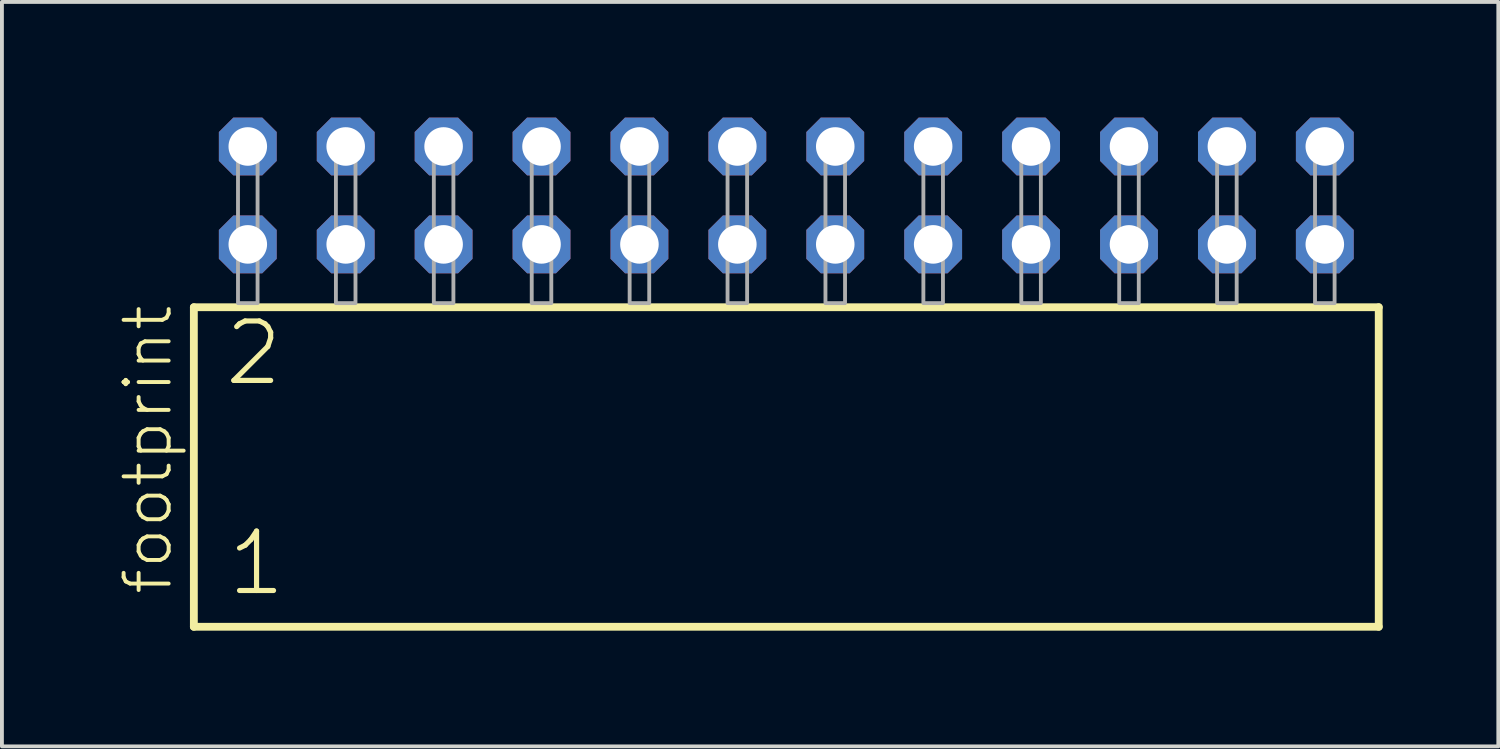
<source format=kicad_pcb>
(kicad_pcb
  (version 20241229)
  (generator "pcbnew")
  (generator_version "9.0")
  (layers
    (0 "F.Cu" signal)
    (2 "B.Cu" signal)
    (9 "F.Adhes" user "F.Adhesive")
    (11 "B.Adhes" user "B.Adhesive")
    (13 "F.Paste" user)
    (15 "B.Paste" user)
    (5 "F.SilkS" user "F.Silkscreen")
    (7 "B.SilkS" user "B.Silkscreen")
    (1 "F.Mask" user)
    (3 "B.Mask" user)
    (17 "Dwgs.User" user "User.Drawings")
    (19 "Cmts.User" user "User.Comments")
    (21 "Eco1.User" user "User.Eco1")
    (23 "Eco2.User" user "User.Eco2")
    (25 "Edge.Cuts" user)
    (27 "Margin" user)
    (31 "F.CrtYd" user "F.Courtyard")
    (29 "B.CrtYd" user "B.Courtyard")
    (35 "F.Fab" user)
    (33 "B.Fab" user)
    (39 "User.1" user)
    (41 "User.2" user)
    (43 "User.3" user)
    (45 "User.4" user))
  (footprint "footprint"
    (layer "F.Cu")
    (at 17.348 4.814)
    (property "Reference" "footprint" (at -15.875 7.62 90) (layer "F.SilkS") (effects (font (size 1.168 1.168) (thickness 0.102)) (justify left bottom)))
    (fp_line (start -15.369 0.106) (end -15.369 8.396) (stroke (width 0.203) (type solid)) (layer "F.SilkS"))
    (fp_line (start -15.369 8.396) (end 15.369 8.396) (stroke (width 0.203) (type solid)) (layer "F.SilkS"))
    (fp_line (start 15.369 0.106) (end -15.369 0.106) (stroke (width 0.203) (type solid)) (layer "F.SilkS"))
    (fp_line (start 15.369 8.396) (end 15.369 0.106) (stroke (width 0.203) (type solid)) (layer "F.SilkS"))
    (fp_poly (pts (xy -14.224 0) (xy -13.716 0) (xy -13.716 -4.318) (xy -14.224 -4.318)) (stroke (width 0.1) (type solid)) (fill no) (layer "F.Fab"))
    (fp_poly (pts (xy -11.684 0) (xy -11.176 0) (xy -11.176 -4.318) (xy -11.684 -4.318)) (stroke (width 0.1) (type solid)) (fill no) (layer "F.Fab"))
    (fp_poly (pts (xy -9.144 0) (xy -8.636 0) (xy -8.636 -4.318) (xy -9.144 -4.318)) (stroke (width 0.1) (type solid)) (fill no) (layer "F.Fab"))
    (fp_poly (pts (xy -6.604 0) (xy -6.096 0) (xy -6.096 -4.318) (xy -6.604 -4.318)) (stroke (width 0.1) (type solid)) (fill no) (layer "F.Fab"))
    (fp_poly (pts (xy -4.064 0) (xy -3.556 0) (xy -3.556 -4.318) (xy -4.064 -4.318)) (stroke (width 0.1) (type solid)) (fill no) (layer "F.Fab"))
    (fp_poly (pts (xy -1.524 0) (xy -1.016 0) (xy -1.016 -4.318) (xy -1.524 -4.318)) (stroke (width 0.1) (type solid)) (fill no) (layer "F.Fab"))
    (fp_poly (pts (xy 1.016 0) (xy 1.524 0) (xy 1.524 -4.318) (xy 1.016 -4.318)) (stroke (width 0.1) (type solid)) (fill no) (layer "F.Fab"))
    (fp_poly (pts (xy 3.556 0) (xy 4.064 0) (xy 4.064 -4.318) (xy 3.556 -4.318)) (stroke (width 0.1) (type solid)) (fill no) (layer "F.Fab"))
    (fp_poly (pts (xy 6.096 0) (xy 6.604 0) (xy 6.604 -4.318) (xy 6.096 -4.318)) (stroke (width 0.1) (type solid)) (fill no) (layer "F.Fab"))
    (fp_poly (pts (xy 8.636 0) (xy 9.144 0) (xy 9.144 -4.318) (xy 8.636 -4.318)) (stroke (width 0.1) (type solid)) (fill no) (layer "F.Fab"))
    (fp_poly (pts (xy 11.176 0) (xy 11.684 0) (xy 11.684 -4.318) (xy 11.176 -4.318)) (stroke (width 0.1) (type solid)) (fill no) (layer "F.Fab"))
    (fp_poly (pts (xy 13.716 0) (xy 14.224 0) (xy 14.224 -4.318) (xy 13.716 -4.318)) (stroke (width 0.1) (type solid)) (fill no) (layer "F.Fab"))
    (fp_text user "2" (at -14.64 2.2 0) (layer "F.SilkS") (effects (font (size 1.542 1.542) (thickness 0.134)) (justify left bottom)))
    (fp_text user "1" (at -14.565 7.65 0) (layer "F.SilkS") (effects (font (size 1.542 1.542) (thickness 0.134)) (justify left bottom)))
    (pad "1" thru_hole roundrect (at -13.97 -1.524) (size 1.5 1.5) (drill 1) (layers "*.Cu" "*.Mask") (roundrect_rratio 0.25) (chamfer_ratio 0.25) (chamfer top_left top_right bottom_left bottom_right))
    (pad "2" thru_hole roundrect (at -13.97 -4.064) (size 1.5 1.5) (drill 1) (layers "*.Cu" "*.Mask") (roundrect_rratio 0.25) (chamfer_ratio 0.25) (chamfer top_left top_right bottom_left bottom_right))
    (pad "3" thru_hole roundrect (at -11.43 -1.524) (size 1.5 1.5) (drill 1) (layers "*.Cu" "*.Mask") (roundrect_rratio 0.25) (chamfer_ratio 0.25) (chamfer top_left top_right bottom_left bottom_right))
    (pad "4" thru_hole roundrect (at -11.43 -4.064) (size 1.5 1.5) (drill 1) (layers "*.Cu" "*.Mask") (roundrect_rratio 0.25) (chamfer_ratio 0.25) (chamfer top_left top_right bottom_left bottom_right))
    (pad "5" thru_hole roundrect (at -8.89 -1.524) (size 1.5 1.5) (drill 1) (layers "*.Cu" "*.Mask") (roundrect_rratio 0.25) (chamfer_ratio 0.25) (chamfer top_left top_right bottom_left bottom_right))
    (pad "6" thru_hole roundrect (at -8.89 -4.064) (size 1.5 1.5) (drill 1) (layers "*.Cu" "*.Mask") (roundrect_rratio 0.25) (chamfer_ratio 0.25) (chamfer top_left top_right bottom_left bottom_right))
    (pad "7" thru_hole roundrect (at -6.35 -1.524) (size 1.5 1.5) (drill 1) (layers "*.Cu" "*.Mask") (roundrect_rratio 0.25) (chamfer_ratio 0.25) (chamfer top_left top_right bottom_left bottom_right))
    (pad "8" thru_hole roundrect (at -6.35 -4.064) (size 1.5 1.5) (drill 1) (layers "*.Cu" "*.Mask") (roundrect_rratio 0.25) (chamfer_ratio 0.25) (chamfer top_left top_right bottom_left bottom_right))
    (pad "9" thru_hole roundrect (at -3.81 -1.524) (size 1.5 1.5) (drill 1) (layers "*.Cu" "*.Mask") (roundrect_rratio 0.25) (chamfer_ratio 0.25) (chamfer top_left top_right bottom_left bottom_right))
    (pad "10" thru_hole roundrect (at -3.81 -4.064) (size 1.5 1.5) (drill 1) (layers "*.Cu" "*.Mask") (roundrect_rratio 0.25) (chamfer_ratio 0.25) (chamfer top_left top_right bottom_left bottom_right))
    (pad "11" thru_hole roundrect (at -1.27 -1.524) (size 1.5 1.5) (drill 1) (layers "*.Cu" "*.Mask") (roundrect_rratio 0.25) (chamfer_ratio 0.25) (chamfer top_left top_right bottom_left bottom_right))
    (pad "12" thru_hole roundrect (at -1.27 -4.064) (size 1.5 1.5) (drill 1) (layers "*.Cu" "*.Mask") (roundrect_rratio 0.25) (chamfer_ratio 0.25) (chamfer top_left top_right bottom_left bottom_right))
    (pad "13" thru_hole roundrect (at 1.27 -1.524) (size 1.5 1.5) (drill 1) (layers "*.Cu" "*.Mask") (roundrect_rratio 0.25) (chamfer_ratio 0.25) (chamfer top_left top_right bottom_left bottom_right))
    (pad "14" thru_hole roundrect (at 1.27 -4.064) (size 1.5 1.5) (drill 1) (layers "*.Cu" "*.Mask") (roundrect_rratio 0.25) (chamfer_ratio 0.25) (chamfer top_left top_right bottom_left bottom_right))
    (pad "15" thru_hole roundrect (at 3.81 -1.524) (size 1.5 1.5) (drill 1) (layers "*.Cu" "*.Mask") (roundrect_rratio 0.25) (chamfer_ratio 0.25) (chamfer top_left top_right bottom_left bottom_right))
    (pad "16" thru_hole roundrect (at 3.81 -4.064) (size 1.5 1.5) (drill 1) (layers "*.Cu" "*.Mask") (roundrect_rratio 0.25) (chamfer_ratio 0.25) (chamfer top_left top_right bottom_left bottom_right))
    (pad "17" thru_hole roundrect (at 6.35 -1.524) (size 1.5 1.5) (drill 1) (layers "*.Cu" "*.Mask") (roundrect_rratio 0.25) (chamfer_ratio 0.25) (chamfer top_left top_right bottom_left bottom_right))
    (pad "18" thru_hole roundrect (at 6.35 -4.064) (size 1.5 1.5) (drill 1) (layers "*.Cu" "*.Mask") (roundrect_rratio 0.25) (chamfer_ratio 0.25) (chamfer top_left top_right bottom_left bottom_right))
    (pad "19" thru_hole roundrect (at 8.89 -1.524) (size 1.5 1.5) (drill 1) (layers "*.Cu" "*.Mask") (roundrect_rratio 0.25) (chamfer_ratio 0.25) (chamfer top_left top_right bottom_left bottom_right))
    (pad "20" thru_hole roundrect (at 8.89 -4.064) (size 1.5 1.5) (drill 1) (layers "*.Cu" "*.Mask") (roundrect_rratio 0.25) (chamfer_ratio 0.25) (chamfer top_left top_right bottom_left bottom_right))
    (pad "21" thru_hole roundrect (at 11.43 -1.524) (size 1.5 1.5) (drill 1) (layers "*.Cu" "*.Mask") (roundrect_rratio 0.25) (chamfer_ratio 0.25) (chamfer top_left top_right bottom_left bottom_right))
    (pad "22" thru_hole roundrect (at 11.43 -4.064) (size 1.5 1.5) (drill 1) (layers "*.Cu" "*.Mask") (roundrect_rratio 0.25) (chamfer_ratio 0.25) (chamfer top_left top_right bottom_left bottom_right))
    (pad "23" thru_hole roundrect (at 13.97 -1.524) (size 1.5 1.5) (drill 1) (layers "*.Cu" "*.Mask") (roundrect_rratio 0.25) (chamfer_ratio 0.25) (chamfer top_left top_right bottom_left bottom_right))
    (pad "24" thru_hole roundrect (at 13.97 -4.064) (size 1.5 1.5) (drill 1) (layers "*.Cu" "*.Mask") (roundrect_rratio 0.25) (chamfer_ratio 0.25) (chamfer top_left top_right bottom_left bottom_right)))
  (gr_rect
    (start -3 -3)
    (end 35.819 16.312)
    (stroke (width 0.1) (type default))
    (fill no)
    (layer "Edge.Cuts")))
</source>
